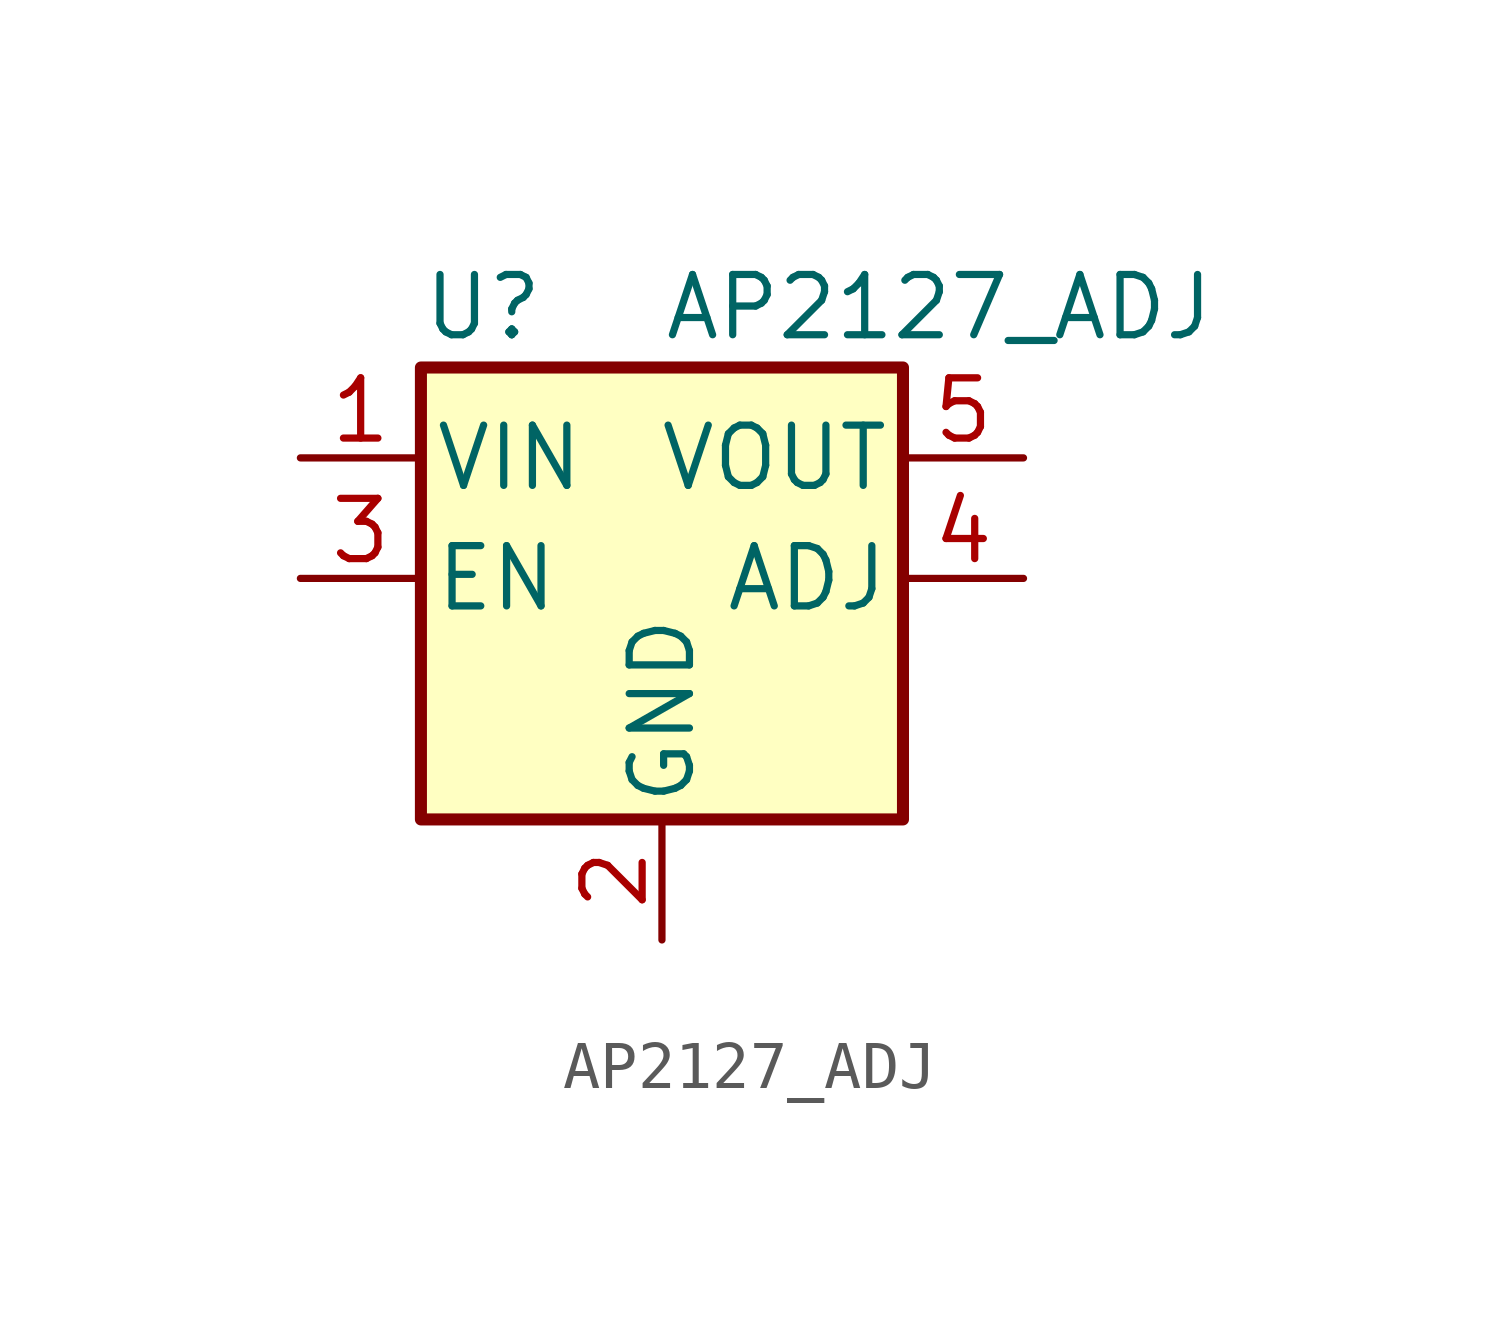
<source format=kicad_sym>
(kicad_symbol_lib
  (version 20231120)
  (generator "kicad_symbol_editor")
  (generator_version "8.0")
  (symbol "AP2127_ADJ"
    (pin_names
      (offset 0.254))
    (property "Reference" "U"
      (at -5.08 5.715 0)
      (effects (font (size 1.27 1.27)) (justify left)))
    (property "Value" "AP2127_ADJ"
      (at 0 5.715 0)
      (effects (font (size 1.27 1.27)) (justify left)))
    (symbol "AP2127_ADJ_0_1"
      (rectangle (start -5.08 4.445) (end 5.08 -5.08) (stroke (width 0.254) (type default)) (fill (type background))))
    (symbol "AP2127_ADJ_1_1"
      (pin passive line (at -7.62 2.54 0) (length 2.54) (name "VIN" (effects (font (size 1.27 1.27)))) (number "1" (effects (font (size 1.27 1.27)))))
      (pin passive line (at 0 -7.62 90) (length 2.54) (name "GND" (effects (font (size 1.27 1.27)))) (number "2" (effects (font (size 1.27 1.27)))))
      (pin passive line (at -7.62 0 0) (length 2.54) (name "EN" (effects (font (size 1.27 1.27)))) (number "3" (effects (font (size 1.27 1.27)))))
      (pin passive line (at 7.62 0 180) (length 2.54) (name "ADJ" (effects (font (size 1.27 1.27)))) (number "4" (effects (font (size 1.27 1.27)))))
      (pin passive line (at 7.62 2.54 180) (length 2.54) (name "VOUT" (effects (font (size 1.27 1.27)))) (number "5" (effects (font (size 1.27 1.27))))))))
</source>
